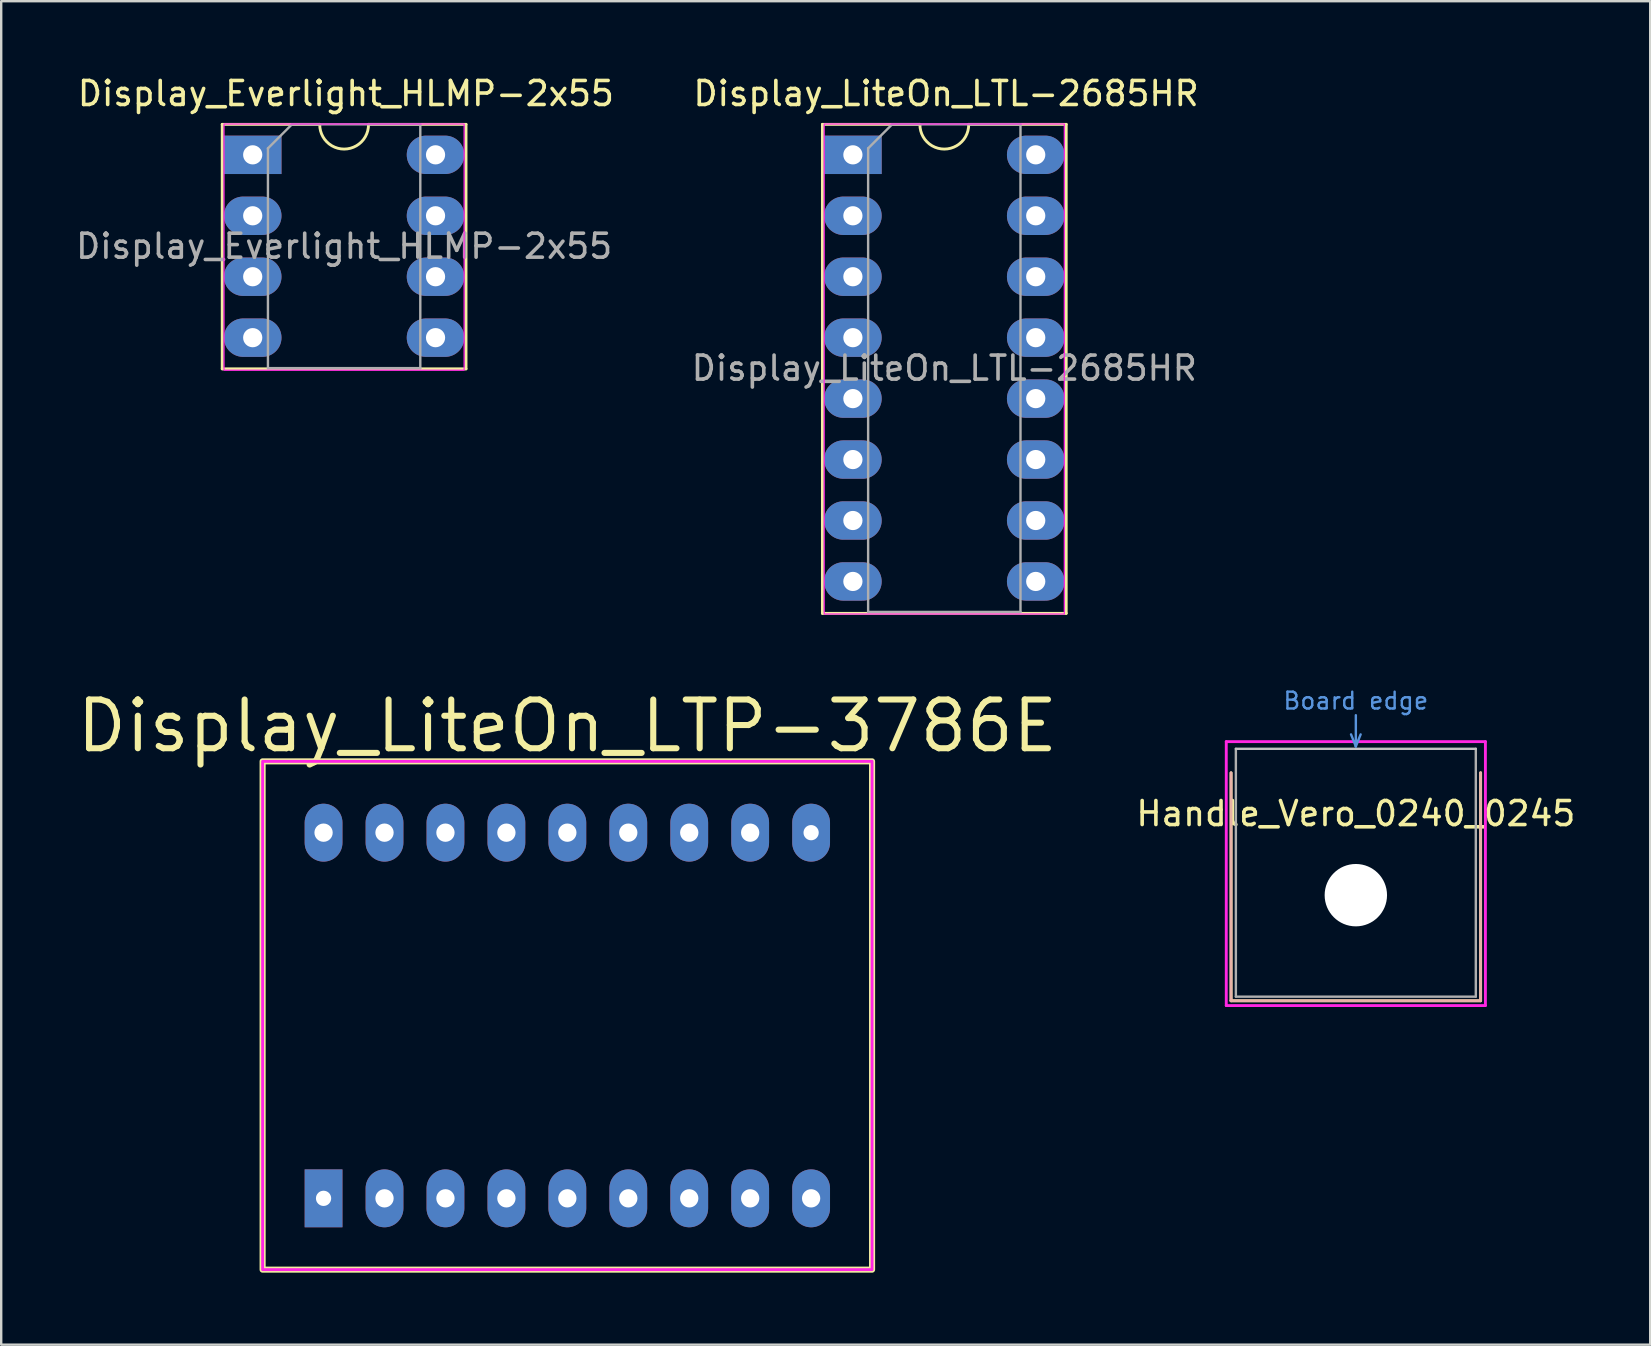
<source format=kicad_pcb>
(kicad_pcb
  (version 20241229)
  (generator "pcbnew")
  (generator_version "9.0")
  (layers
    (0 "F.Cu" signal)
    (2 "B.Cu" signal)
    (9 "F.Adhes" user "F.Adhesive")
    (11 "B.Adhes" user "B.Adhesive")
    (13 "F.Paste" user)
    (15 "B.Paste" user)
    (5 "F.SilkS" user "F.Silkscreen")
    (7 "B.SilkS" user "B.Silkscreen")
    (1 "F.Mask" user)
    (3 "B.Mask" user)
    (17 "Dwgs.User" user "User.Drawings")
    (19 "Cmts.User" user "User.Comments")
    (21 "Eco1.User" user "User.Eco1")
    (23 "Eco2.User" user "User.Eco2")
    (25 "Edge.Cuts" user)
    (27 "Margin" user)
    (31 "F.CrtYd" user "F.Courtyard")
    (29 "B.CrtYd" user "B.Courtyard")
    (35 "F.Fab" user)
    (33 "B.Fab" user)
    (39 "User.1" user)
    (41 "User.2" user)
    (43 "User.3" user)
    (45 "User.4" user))
  (footprint "Display_LiteOn_LTL-2685HR"
    (layer "F.Cu")
    (at 32.496 3.403)
    (property "Reference" "Display_LiteOn_LTL-2685HR" (at 3.884 -2.555 0) (unlocked yes) (layer "F.SilkS") (effects (font (size 1 1) (thickness 0.15))))
    (attr through_hole)
    (fp_line (start -1.27 -1.27) (end -1.27 19.11) (stroke (width 0.12) (type solid)) (layer "F.SilkS"))
    (fp_line (start -1.27 19.11) (end 8.89 19.11) (stroke (width 0.12) (type solid)) (layer "F.SilkS"))
    (fp_line (start 2.794 -1.27) (end -1.27 -1.27) (stroke (width 0.12) (type solid)) (layer "F.SilkS"))
    (fp_line (start 8.89 -1.27) (end 4.826 -1.27) (stroke (width 0.12) (type solid)) (layer "F.SilkS"))
    (fp_line (start 8.89 19.11) (end 8.89 -1.27) (stroke (width 0.12) (type solid)) (layer "F.SilkS"))
    (fp_arc (start 4.826 -1.27) (mid 3.81 -0.237744) (end 2.794 -1.27) (stroke (width 0.12) (type solid)) (layer "F.SilkS"))
    (fp_rect (start -1.196 -1.285) (end 8.812 19.137) (stroke (width 0.051) (type solid)) (fill no) (layer "F.CrtYd"))
    (fp_line (start 0.635 -0.27) (end 1.635 -1.27) (stroke (width 0.1) (type solid)) (layer "F.Fab"))
    (fp_line (start 0.635 19.05) (end 0.635 -0.27) (stroke (width 0.1) (type solid)) (layer "F.Fab"))
    (fp_line (start 1.635 -1.27) (end 6.985 -1.27) (stroke (width 0.1) (type solid)) (layer "F.Fab"))
    (fp_line (start 6.985 -1.27) (end 6.985 19.05) (stroke (width 0.1) (type solid)) (layer "F.Fab"))
    (fp_line (start 6.985 19.05) (end 0.635 19.05) (stroke (width 0.1) (type solid)) (layer "F.Fab"))
    (fp_text user "${REFERENCE}" (at 3.81 8.89 0) (layer "F.Fab") (effects (font (size 1 1) (thickness 0.15))))
    (pad "1" thru_hole rect (at 0 0) (size 2.4 1.6) (drill 0.8) (layers "*.Cu" "*.Mask"))
    (pad "2" thru_hole oval (at 0 2.54) (size 2.4 1.6) (drill 0.8) (layers "*.Cu" "*.Mask"))
    (pad "3" thru_hole oval (at 0 5.08) (size 2.4 1.6) (drill 0.8) (layers "*.Cu" "*.Mask"))
    (pad "4" thru_hole oval (at 0 7.62) (size 2.4 1.6) (drill 0.8) (layers "*.Cu" "*.Mask"))
    (pad "5" thru_hole oval (at 0 10.16) (size 2.4 1.6) (drill 0.8) (layers "*.Cu" "*.Mask"))
    (pad "6" thru_hole oval (at 0 12.7) (size 2.4 1.6) (drill 0.8) (layers "*.Cu" "*.Mask"))
    (pad "7" thru_hole oval (at 0 15.24) (size 2.4 1.6) (drill 0.8) (layers "*.Cu" "*.Mask"))
    (pad "8" thru_hole oval (at 0 17.78) (size 2.4 1.6) (drill 0.8) (layers "*.Cu" "*.Mask"))
    (pad "9" thru_hole oval (at 7.62 17.78) (size 2.4 1.6) (drill 0.8) (layers "*.Cu" "*.Mask"))
    (pad "10" thru_hole oval (at 7.62 15.24) (size 2.4 1.6) (drill 0.8) (layers "*.Cu" "*.Mask"))
    (pad "11" thru_hole oval (at 7.62 12.7) (size 2.4 1.6) (drill 0.8) (layers "*.Cu" "*.Mask"))
    (pad "12" thru_hole oval (at 7.62 10.16) (size 2.4 1.6) (drill 0.8) (layers "*.Cu" "*.Mask"))
    (pad "13" thru_hole oval (at 7.62 7.62) (size 2.4 1.6) (drill 0.8) (layers "*.Cu" "*.Mask"))
    (pad "14" thru_hole oval (at 7.62 5.08) (size 2.4 1.6) (drill 0.8) (layers "*.Cu" "*.Mask"))
    (pad "15" thru_hole oval (at 7.62 2.54) (size 2.4 1.6) (drill 0.8) (layers "*.Cu" "*.Mask"))
    (pad "16" thru_hole oval (at 7.62 0) (size 2.4 1.6) (drill 0.8) (layers "*.Cu" "*.Mask")))
  (footprint "Display_LiteOn_LTP-3786E"
    (layer "F.Cu")
    (at 10.435 46.893)
    (property "Reference" "Display_LiteOn_LTP-3786E" (at 10.16 -19.685 0) (unlocked yes) (layer "F.SilkS") (effects (font (size 2.032 2.032) (thickness 0.254))))
    (attr through_hole)
    (fp_rect (start -2.54 2.972) (end 22.86 -18.212) (stroke (width 0.254) (type solid)) (fill no) (layer "F.SilkS"))
    (fp_rect (start -2.54 -18.212) (end 22.86 2.972) (stroke (width 0.12) (type solid)) (fill no) (layer "F.CrtYd"))
    (pad "1" thru_hole rect (at 0 0) (size 1.575 2.413) (drill 0.635) (layers "*.Cu" "*.Mask"))
    (pad "2" thru_hole oval (at 2.54 0) (size 1.575 2.413) (drill 0.762) (layers "*.Cu" "*.Mask"))
    (pad "3" thru_hole oval (at 5.08 0) (size 1.575 2.413) (drill 0.762) (layers "*.Cu" "*.Mask"))
    (pad "4" thru_hole oval (at 7.62 0) (size 1.575 2.413) (drill 0.762) (layers "*.Cu" "*.Mask"))
    (pad "5" thru_hole oval (at 10.16 0) (size 1.575 2.413) (drill 0.762) (layers "*.Cu" "*.Mask"))
    (pad "6" thru_hole oval (at 12.7 0) (size 1.575 2.413) (drill 0.762) (layers "*.Cu" "*.Mask"))
    (pad "7" thru_hole oval (at 15.24 0) (size 1.575 2.413) (drill 0.762) (layers "*.Cu" "*.Mask"))
    (pad "8" thru_hole oval (at 17.78 0) (size 1.575 2.413) (drill 0.762) (layers "*.Cu" "*.Mask"))
    (pad "9" thru_hole oval (at 20.32 0) (size 1.575 2.413) (drill 0.762) (layers "*.Cu" "*.Mask"))
    (pad "10" thru_hole oval (at 20.32 -15.24) (size 1.575 2.413) (drill 0.635) (layers "*.Cu" "*.Mask"))
    (pad "11" thru_hole oval (at 17.78 -15.24) (size 1.575 2.413) (drill 0.762) (layers "*.Cu" "*.Mask"))
    (pad "12" thru_hole oval (at 15.24 -15.24) (size 1.575 2.413) (drill 0.762) (layers "*.Cu" "*.Mask"))
    (pad "13" thru_hole oval (at 12.7 -15.24) (size 1.575 2.413) (drill 0.762) (layers "*.Cu" "*.Mask"))
    (pad "14" thru_hole oval (at 10.16 -15.24) (size 1.575 2.413) (drill 0.762) (layers "*.Cu" "*.Mask"))
    (pad "15" thru_hole oval (at 7.62 -15.24) (size 1.575 2.413) (drill 0.762) (layers "*.Cu" "*.Mask"))
    (pad "16" thru_hole oval (at 5.08 -15.24) (size 1.575 2.413) (drill 0.762) (layers "*.Cu" "*.Mask"))
    (pad "17" thru_hole oval (at 2.54 -15.24) (size 1.575 2.413) (drill 0.762) (layers "*.Cu" "*.Mask"))
    (pad "18" thru_hole oval (at 0 -15.24) (size 1.575 2.413) (drill 0.762) (layers "*.Cu" "*.Mask")))
  (footprint "Display_Everlight_HLMP-2x55"
    (layer "F.Cu")
    (at 7.482 3.403)
    (property "Reference" "Display_Everlight_HLMP-2x55" (at 3.884 -2.555 0) (unlocked yes) (layer "F.SilkS") (effects (font (size 1 1) (thickness 0.15))))
    (attr through_hole)
    (fp_line (start -1.27 -1.27) (end -1.27 8.92) (stroke (width 0.12) (type solid)) (layer "F.SilkS"))
    (fp_line (start -1.27 8.92) (end 8.89 8.92) (stroke (width 0.12) (type solid)) (layer "F.SilkS"))
    (fp_line (start 2.794 -1.27) (end -1.27 -1.27) (stroke (width 0.12) (type solid)) (layer "F.SilkS"))
    (fp_line (start 8.89 -1.27) (end 4.826 -1.27) (stroke (width 0.12) (type solid)) (layer "F.SilkS"))
    (fp_line (start 8.89 8.92) (end 8.89 -1.27) (stroke (width 0.12) (type solid)) (layer "F.SilkS"))
    (fp_arc (start 4.826 -1.27) (mid 3.81 -0.237744) (end 2.794 -1.27) (stroke (width 0.12) (type solid)) (layer "F.SilkS"))
    (fp_rect (start -1.196 -1.285) (end 8.812 8.977) (stroke (width 0.051) (type solid)) (fill no) (layer "F.CrtYd"))
    (fp_line (start 0.635 -0.27) (end 1.635 -1.27) (stroke (width 0.1) (type solid)) (layer "F.Fab"))
    (fp_line (start 0.635 8.89) (end 0.635 -0.27) (stroke (width 0.1) (type solid)) (layer "F.Fab"))
    (fp_line (start 1.635 -1.27) (end 6.985 -1.27) (stroke (width 0.1) (type solid)) (layer "F.Fab"))
    (fp_line (start 6.985 -1.27) (end 6.985 8.89) (stroke (width 0.1) (type solid)) (layer "F.Fab"))
    (fp_line (start 6.985 8.89) (end 0.635 8.89) (stroke (width 0.1) (type solid)) (layer "F.Fab"))
    (fp_text user "${REFERENCE}" (at 3.81 3.81 0) (layer "F.Fab") (effects (font (size 1 1) (thickness 0.15))))
    (pad "1" thru_hole rect (at 0 0) (size 2.4 1.6) (drill 0.8) (layers "*.Cu" "*.Mask"))
    (pad "2" thru_hole oval (at 0 2.54) (size 2.4 1.6) (drill 0.8) (layers "*.Cu" "*.Mask"))
    (pad "3" thru_hole oval (at 0 5.08) (size 2.4 1.6) (drill 0.8) (layers "*.Cu" "*.Mask"))
    (pad "4" thru_hole oval (at 0 7.62) (size 2.4 1.6) (drill 0.8) (layers "*.Cu" "*.Mask"))
    (pad "5" thru_hole oval (at 7.62 7.62) (size 2.4 1.6) (drill 0.8) (layers "*.Cu" "*.Mask"))
    (pad "6" thru_hole oval (at 7.62 5.08) (size 2.4 1.6) (drill 0.8) (layers "*.Cu" "*.Mask"))
    (pad "7" thru_hole oval (at 7.62 2.54) (size 2.4 1.6) (drill 0.8) (layers "*.Cu" "*.Mask"))
    (pad "8" thru_hole oval (at 7.62 0) (size 2.4 1.6) (drill 0.8) (layers "*.Cu" "*.Mask")))
  (footprint "Handle_Vero_0240_0245"
    (layer "F.Cu")
    (at 53.457 28.158)
    (property "Reference" "Handle_Vero_0240_0245" (at 0 2.7 0) (unlocked yes) (layer "F.SilkS") (effects (font (size 1 1) (thickness 0.15))))
    (fp_line (start -5.2 1) (end -5.2 10.5) (stroke (width 0.12) (type solid)) (layer "F.SilkS"))
    (fp_line (start -5.2 10.5) (end 5.2 10.5) (stroke (width 0.12) (type solid)) (layer "F.SilkS"))
    (fp_line (start 5.2 10.5) (end 5.2 1) (stroke (width 0.12) (type solid)) (layer "F.SilkS"))
    (fp_line (start -5.2 10.5) (end -5.2 1) (stroke (width 0.12) (type solid)) (layer "B.SilkS"))
    (fp_line (start 5.2 1) (end 5.2 10.5) (stroke (width 0.12) (type solid)) (layer "B.SilkS"))
    (fp_line (start 5.2 10.5) (end -5.2 10.5) (stroke (width 0.12) (type solid)) (layer "B.SilkS"))
    (fp_line (start 5 0) (end -5 0) (stroke (width 0.1) (type solid)) (layer "Dwgs.User"))
    (fp_line (start -0.2 -0.6) (end 0 -0.1) (stroke (width 0.1) (type solid)) (layer "Cmts.User"))
    (fp_line (start 0 -0.1) (end 0 -1.4) (stroke (width 0.1) (type solid)) (layer "Cmts.User"))
    (fp_line (start 0 -0.1) (end 0.2 -0.6) (stroke (width 0.1) (type solid)) (layer "Cmts.User"))
    (fp_line (start -5.4 -0.3) (end 5.4 -0.3) (stroke (width 0.12) (type solid)) (layer "F.CrtYd"))
    (fp_line (start -5.4 10.7) (end -5.4 -0.3) (stroke (width 0.12) (type solid)) (layer "F.CrtYd"))
    (fp_line (start 5.4 -0.3) (end 5.4 10.7) (stroke (width 0.12) (type solid)) (layer "F.CrtYd"))
    (fp_line (start 5.4 10.7) (end -5.4 10.7) (stroke (width 0.12) (type solid)) (layer "F.CrtYd"))
    (fp_line (start -5 -0.000001) (end -5 10.33) (stroke (width 0.1) (type solid)) (layer "F.Fab"))
    (fp_line (start -5 10.33) (end 5 10.33) (stroke (width 0.1) (type solid)) (layer "F.Fab"))
    (fp_line (start 5 -0.000001) (end 5 10.33) (stroke (width 0.1) (type solid)) (layer "F.Fab"))
    (fp_text user "Board edge" (at 0 -2 0) (layer "Cmts.User") (effects (font (size 0.7 0.7) (thickness 0.1))))
    (pad "" np_thru_hole circle (at 0 6.1) (size 2.6 2.6) (drill 2.6) (layers "*.Cu" "*.Mask")))
  (gr_rect
    (start -3 -3)
    (end 65.725 52.992)
    (stroke (width 0.1) (type default))
    (fill no)
    (layer "Edge.Cuts")))
</source>
